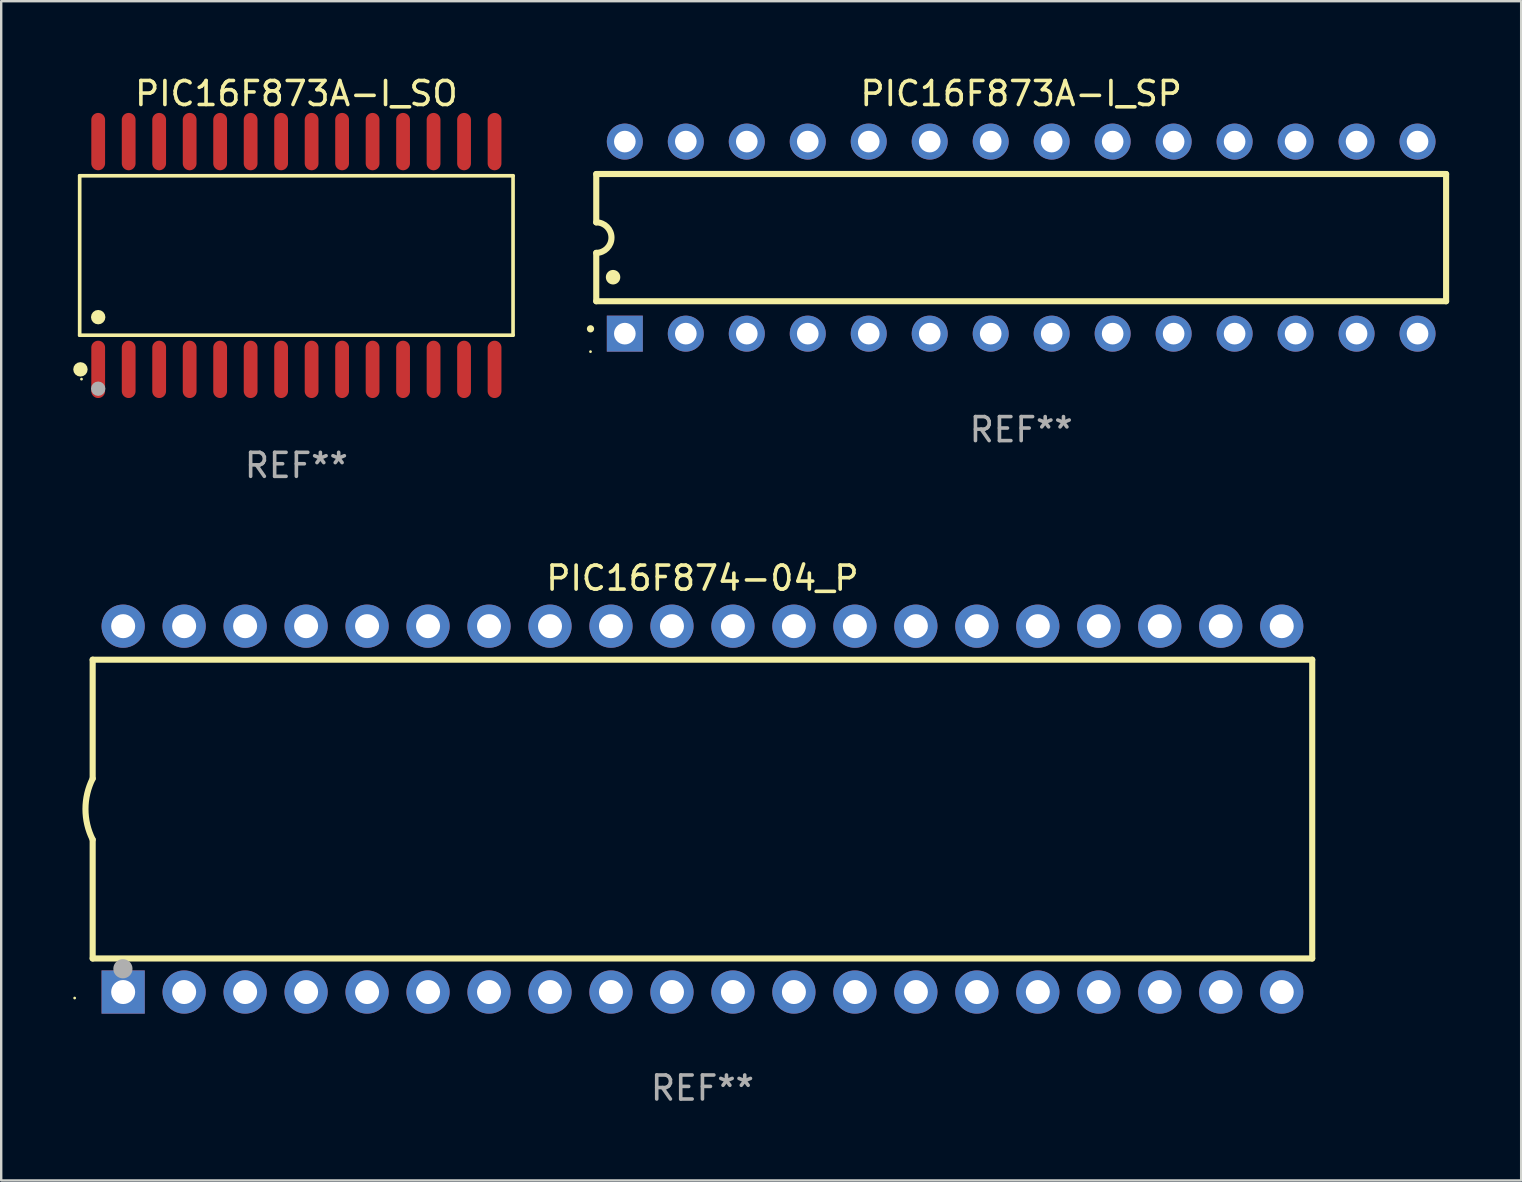
<source format=kicad_pcb>
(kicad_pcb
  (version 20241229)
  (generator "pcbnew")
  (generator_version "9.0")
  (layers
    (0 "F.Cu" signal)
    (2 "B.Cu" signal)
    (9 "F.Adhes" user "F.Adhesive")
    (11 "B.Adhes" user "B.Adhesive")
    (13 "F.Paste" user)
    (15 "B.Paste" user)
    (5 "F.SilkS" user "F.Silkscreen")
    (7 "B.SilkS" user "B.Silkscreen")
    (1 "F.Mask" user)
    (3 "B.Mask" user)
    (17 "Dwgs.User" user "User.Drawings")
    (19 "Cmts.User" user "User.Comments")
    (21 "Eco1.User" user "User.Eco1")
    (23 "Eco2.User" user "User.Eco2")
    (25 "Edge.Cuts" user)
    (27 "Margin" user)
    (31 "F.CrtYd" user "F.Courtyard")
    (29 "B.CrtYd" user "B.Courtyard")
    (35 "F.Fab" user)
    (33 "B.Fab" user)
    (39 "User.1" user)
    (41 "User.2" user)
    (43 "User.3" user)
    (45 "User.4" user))
  (footprint "PIC16F873A-I_SO"
    (layer "F.Cu")
    (at 9.295 7.592)
    (property "Reference" "PIC16F873A-I_SO" (at 0 -6.744 0) (layer "F.SilkS") (effects (font (size 1 1) (thickness 0.15))))
    (attr through_hole)
    (fp_line (start -9.026 -3.321) (end 9.026 -3.321) (stroke (width 0.152) (type solid)) (layer "F.SilkS"))
    (fp_line (start -9.026 3.321) (end -9.026 -3.321) (stroke (width 0.152) (type solid)) (layer "F.SilkS"))
    (fp_line (start 9.026 -3.321) (end 9.026 3.321) (stroke (width 0.152) (type solid)) (layer "F.SilkS"))
    (fp_line (start 9.026 3.321) (end -9.026 3.321) (stroke (width 0.152) (type solid)) (layer "F.SilkS"))
    (fp_circle (center -8.994 4.744) (end -8.844 4.744) (stroke (width 0.3) (type solid)) (fill no) (layer "F.SilkS"))
    (fp_circle (center -8.95 5.15) (end -8.92 5.15) (stroke (width 0.06) (type solid)) (fill no) (layer "F.SilkS"))
    (fp_circle (center -8.255 2.569) (end -8.105 2.569) (stroke (width 0.3) (type solid)) (fill no) (layer "F.SilkS"))
    (fp_circle (center -8.255 5.55) (end -8.105 5.55) (stroke (width 0.3) (type solid)) (fill no) (layer "F.Fab"))
    (fp_text user "REF**" (at 0 8.744 0) (layer "F.Fab") (effects (font (size 1 1) (thickness 0.15))))
    (pad "1" smd oval (at -8.255 4.744) (size 0.574 2.388) (layers "F.Cu" "F.Mask" "F.Paste"))
    (pad "2" smd oval (at -6.985 4.744) (size 0.574 2.388) (layers "F.Cu" "F.Mask" "F.Paste"))
    (pad "3" smd oval (at -5.715 4.744) (size 0.574 2.388) (layers "F.Cu" "F.Mask" "F.Paste"))
    (pad "4" smd oval (at -4.445 4.744) (size 0.574 2.388) (layers "F.Cu" "F.Mask" "F.Paste"))
    (pad "5" smd oval (at -3.175 4.744) (size 0.574 2.388) (layers "F.Cu" "F.Mask" "F.Paste"))
    (pad "6" smd oval (at -1.905 4.744) (size 0.574 2.388) (layers "F.Cu" "F.Mask" "F.Paste"))
    (pad "7" smd oval (at -0.635 4.744) (size 0.574 2.388) (layers "F.Cu" "F.Mask" "F.Paste"))
    (pad "8" smd oval (at 0.635 4.744) (size 0.574 2.388) (layers "F.Cu" "F.Mask" "F.Paste"))
    (pad "9" smd oval (at 1.905 4.744) (size 0.574 2.388) (layers "F.Cu" "F.Mask" "F.Paste"))
    (pad "10" smd oval (at 3.175 4.744) (size 0.574 2.388) (layers "F.Cu" "F.Mask" "F.Paste"))
    (pad "11" smd oval (at 4.445 4.744) (size 0.574 2.388) (layers "F.Cu" "F.Mask" "F.Paste"))
    (pad "12" smd oval (at 5.715 4.744) (size 0.574 2.388) (layers "F.Cu" "F.Mask" "F.Paste"))
    (pad "13" smd oval (at 6.985 4.744) (size 0.574 2.388) (layers "F.Cu" "F.Mask" "F.Paste"))
    (pad "14" smd oval (at 8.255 4.744) (size 0.574 2.388) (layers "F.Cu" "F.Mask" "F.Paste"))
    (pad "15" smd oval (at 8.255 -4.744) (size 0.574 2.388) (layers "F.Cu" "F.Mask" "F.Paste"))
    (pad "16" smd oval (at 6.985 -4.744) (size 0.574 2.388) (layers "F.Cu" "F.Mask" "F.Paste"))
    (pad "17" smd oval (at 5.715 -4.744) (size 0.574 2.388) (layers "F.Cu" "F.Mask" "F.Paste"))
    (pad "18" smd oval (at 4.445 -4.744) (size 0.574 2.388) (layers "F.Cu" "F.Mask" "F.Paste"))
    (pad "19" smd oval (at 3.175 -4.744) (size 0.574 2.388) (layers "F.Cu" "F.Mask" "F.Paste"))
    (pad "20" smd oval (at 1.905 -4.744) (size 0.574 2.388) (layers "F.Cu" "F.Mask" "F.Paste"))
    (pad "21" smd oval (at 0.635 -4.744) (size 0.574 2.388) (layers "F.Cu" "F.Mask" "F.Paste"))
    (pad "22" smd oval (at -0.635 -4.744) (size 0.574 2.388) (layers "F.Cu" "F.Mask" "F.Paste"))
    (pad "23" smd oval (at -1.905 -4.744) (size 0.574 2.388) (layers "F.Cu" "F.Mask" "F.Paste"))
    (pad "24" smd oval (at -3.175 -4.744) (size 0.574 2.388) (layers "F.Cu" "F.Mask" "F.Paste"))
    (pad "25" smd oval (at -4.445 -4.744) (size 0.574 2.388) (layers "F.Cu" "F.Mask" "F.Paste"))
    (pad "26" smd oval (at -5.715 -4.744) (size 0.574 2.388) (layers "F.Cu" "F.Mask" "F.Paste"))
    (pad "27" smd oval (at -6.985 -4.744) (size 0.574 2.388) (layers "F.Cu" "F.Mask" "F.Paste"))
    (pad "28" smd oval (at -8.255 -4.744) (size 0.574 2.388) (layers "F.Cu" "F.Mask" "F.Paste")))
  (footprint "PIC16F874-04_P"
    (layer "F.Cu")
    (at 26.21 30.653)
    (property "Reference" "PIC16F874-04_P" (at 0 -9.62 0) (layer "F.SilkS") (effects (font (size 1 1) (thickness 0.15))))
    (attr through_hole)
    (fp_line (start -25.4 -6.224) (end -25.4 -1.271) (stroke (width 0.254) (type solid)) (layer "F.SilkS"))
    (fp_line (start -25.4 -6.224) (end 25.4 -6.224) (stroke (width 0.254) (type solid)) (layer "F.SilkS"))
    (fp_line (start -25.4 1.269) (end -25.4 6.222) (stroke (width 0.254) (type solid)) (layer "F.SilkS"))
    (fp_line (start -25.4 6.222) (end 25.4 6.222) (stroke (width 0.254) (type solid)) (layer "F.SilkS"))
    (fp_line (start 25.4 6.222) (end 25.4 -6.224) (stroke (width 0.254) (type solid)) (layer "F.SilkS"))
    (fp_arc (start -25.4 1.269241) (mid -25.699807 -0.000762) (end -25.4 -1.270765) (stroke (width 0.254001) (type solid)) (layer "F.SilkS"))
    (fp_circle (center -26.15 7.87) (end -26.12 7.87) (stroke (width 0.06) (type solid)) (fill no) (layer "F.SilkS"))
    (fp_circle (center -24.14 6.65) (end -23.94 6.65) (stroke (width 0.4) (type solid)) (fill no) (layer "F.Fab"))
    (fp_text user "REF**" (at 0 11.62 0) (layer "F.Fab") (effects (font (size 1 1) (thickness 0.15))))
    (pad "1" thru_hole rect (at -24.13 7.62 90) (size 1.8 1.8) (drill 1) (layers "*.Cu" "*.Mask"))
    (pad "2" thru_hole circle (at -21.59 7.62) (size 1.8 1.8) (drill 1) (layers "*.Cu" "*.Mask"))
    (pad "3" thru_hole circle (at -19.05 7.62) (size 1.8 1.8) (drill 1) (layers "*.Cu" "*.Mask"))
    (pad "4" thru_hole circle (at -16.51 7.62) (size 1.8 1.8) (drill 1) (layers "*.Cu" "*.Mask"))
    (pad "5" thru_hole circle (at -13.97 7.62) (size 1.8 1.8) (drill 1) (layers "*.Cu" "*.Mask"))
    (pad "6" thru_hole circle (at -11.43 7.62) (size 1.8 1.8) (drill 1) (layers "*.Cu" "*.Mask"))
    (pad "7" thru_hole circle (at -8.89 7.62) (size 1.8 1.8) (drill 1) (layers "*.Cu" "*.Mask"))
    (pad "8" thru_hole circle (at -6.35 7.62) (size 1.8 1.8) (drill 1) (layers "*.Cu" "*.Mask"))
    (pad "9" thru_hole circle (at -3.81 7.62) (size 1.8 1.8) (drill 1) (layers "*.Cu" "*.Mask"))
    (pad "10" thru_hole circle (at -1.27 7.62) (size 1.8 1.8) (drill 1) (layers "*.Cu" "*.Mask"))
    (pad "11" thru_hole circle (at 1.27 7.62) (size 1.8 1.8) (drill 1) (layers "*.Cu" "*.Mask"))
    (pad "12" thru_hole circle (at 3.81 7.62) (size 1.8 1.8) (drill 1) (layers "*.Cu" "*.Mask"))
    (pad "13" thru_hole circle (at 6.35 7.62) (size 1.8 1.8) (drill 1) (layers "*.Cu" "*.Mask"))
    (pad "14" thru_hole circle (at 8.89 7.62) (size 1.8 1.8) (drill 1) (layers "*.Cu" "*.Mask"))
    (pad "15" thru_hole circle (at 11.43 7.62) (size 1.8 1.8) (drill 1) (layers "*.Cu" "*.Mask"))
    (pad "16" thru_hole circle (at 13.97 7.62) (size 1.8 1.8) (drill 1) (layers "*.Cu" "*.Mask"))
    (pad "17" thru_hole circle (at 16.51 7.62) (size 1.8 1.8) (drill 1) (layers "*.Cu" "*.Mask"))
    (pad "18" thru_hole circle (at 19.05 7.62) (size 1.8 1.8) (drill 1) (layers "*.Cu" "*.Mask"))
    (pad "19" thru_hole circle (at 21.59 7.62) (size 1.8 1.8) (drill 1) (layers "*.Cu" "*.Mask"))
    (pad "20" thru_hole circle (at 24.13 7.62) (size 1.8 1.8) (drill 1) (layers "*.Cu" "*.Mask"))
    (pad "21" thru_hole circle (at 24.13 -7.62) (size 1.8 1.8) (drill 1) (layers "*.Cu" "*.Mask"))
    (pad "22" thru_hole circle (at 21.59 -7.62) (size 1.8 1.8) (drill 1) (layers "*.Cu" "*.Mask"))
    (pad "23" thru_hole circle (at 19.05 -7.62) (size 1.8 1.8) (drill 1) (layers "*.Cu" "*.Mask"))
    (pad "24" thru_hole circle (at 16.51 -7.62) (size 1.8 1.8) (drill 1) (layers "*.Cu" "*.Mask"))
    (pad "25" thru_hole circle (at 13.97 -7.62) (size 1.8 1.8) (drill 1) (layers "*.Cu" "*.Mask"))
    (pad "26" thru_hole circle (at 11.43 -7.62) (size 1.8 1.8) (drill 1) (layers "*.Cu" "*.Mask"))
    (pad "27" thru_hole circle (at 8.89 -7.62) (size 1.8 1.8) (drill 1) (layers "*.Cu" "*.Mask"))
    (pad "28" thru_hole circle (at 6.35 -7.62) (size 1.8 1.8) (drill 1) (layers "*.Cu" "*.Mask"))
    (pad "29" thru_hole circle (at 3.81 -7.62) (size 1.8 1.8) (drill 1) (layers "*.Cu" "*.Mask"))
    (pad "30" thru_hole circle (at 1.27 -7.62) (size 1.8 1.8) (drill 1) (layers "*.Cu" "*.Mask"))
    (pad "31" thru_hole circle (at -1.27 -7.62) (size 1.8 1.8) (drill 1) (layers "*.Cu" "*.Mask"))
    (pad "32" thru_hole circle (at -3.81 -7.62) (size 1.8 1.8) (drill 1) (layers "*.Cu" "*.Mask"))
    (pad "33" thru_hole circle (at -6.35 -7.62) (size 1.8 1.8) (drill 1) (layers "*.Cu" "*.Mask"))
    (pad "34" thru_hole circle (at -8.89 -7.62) (size 1.8 1.8) (drill 1) (layers "*.Cu" "*.Mask"))
    (pad "35" thru_hole circle (at -11.43 -7.62) (size 1.8 1.8) (drill 1) (layers "*.Cu" "*.Mask"))
    (pad "36" thru_hole circle (at -13.97 -7.62) (size 1.8 1.8) (drill 1) (layers "*.Cu" "*.Mask"))
    (pad "37" thru_hole circle (at -16.51 -7.62) (size 1.8 1.8) (drill 1) (layers "*.Cu" "*.Mask"))
    (pad "38" thru_hole circle (at -19.05 -7.62) (size 1.8 1.8) (drill 1) (layers "*.Cu" "*.Mask"))
    (pad "39" thru_hole circle (at -21.59 -7.62) (size 1.8 1.8) (drill 1) (layers "*.Cu" "*.Mask"))
    (pad "40" thru_hole circle (at -24.13 -7.62) (size 1.8 1.8) (drill 1) (layers "*.Cu" "*.Mask")))
  (footprint "PIC16F873A-I_SP"
    (layer "F.Cu")
    (at 39.487 6.848)
    (property "Reference" "PIC16F873A-I_SP" (at 0 -6 0) (layer "F.SilkS") (effects (font (size 1 1) (thickness 0.15))))
    (attr through_hole)
    (fp_line (start -17.7 -2.65) (end 17.7 -2.65) (stroke (width 0.254) (type solid)) (layer "F.SilkS"))
    (fp_line (start -17.7 -0.635) (end -17.7 -2.65) (stroke (width 0.254) (type solid)) (layer "F.SilkS"))
    (fp_line (start -17.7 2.65) (end -17.7 0.635) (stroke (width 0.254) (type solid)) (layer "F.SilkS"))
    (fp_line (start 17.7 -2.65) (end 17.7 2.65) (stroke (width 0.254) (type solid)) (layer "F.SilkS"))
    (fp_line (start 17.7 2.65) (end -17.7 2.65) (stroke (width 0.254) (type solid)) (layer "F.SilkS"))
    (fp_arc (start -17.940056 3.799848) (mid -17.940061 3.798578) (end -17.940056 3.797308) (stroke (width 0.3) (type solid)) (layer "F.SilkS"))
    (fp_arc (start -17.701295 -0.635001) (mid -17.066294 0) (end -17.701295 0.635001) (stroke (width 0.254001) (type solid)) (layer "F.SilkS"))
    (fp_arc (start -17.000254 1.651003) (mid -17.000265 1.648463) (end -17.000254 1.645923) (stroke (width 0.6) (type solid)) (layer "F.SilkS"))
    (fp_circle (center -17.94 4.75) (end -17.91 4.75) (stroke (width 0.06) (type solid)) (fill no) (layer "F.SilkS"))
    (fp_text user "REF**" (at 0 8 0) (layer "F.Fab") (effects (font (size 1 1) (thickness 0.15))))
    (pad "1" thru_hole rect (at -16.51 4 90) (size 1.5 1.5) (drill 0.9) (layers "*.Cu" "*.Mask"))
    (pad "2" thru_hole circle (at -13.97 4) (size 1.5 1.5) (drill 0.9) (layers "*.Cu" "*.Mask"))
    (pad "3" thru_hole circle (at -11.43 4) (size 1.5 1.5) (drill 0.9) (layers "*.Cu" "*.Mask"))
    (pad "4" thru_hole circle (at -8.89 4) (size 1.5 1.5) (drill 0.9) (layers "*.Cu" "*.Mask"))
    (pad "5" thru_hole circle (at -6.35 4) (size 1.5 1.5) (drill 0.9) (layers "*.Cu" "*.Mask"))
    (pad "6" thru_hole circle (at -3.81 4) (size 1.5 1.5) (drill 0.9) (layers "*.Cu" "*.Mask"))
    (pad "7" thru_hole circle (at -1.27 4) (size 1.5 1.5) (drill 0.9) (layers "*.Cu" "*.Mask"))
    (pad "8" thru_hole circle (at 1.27 4) (size 1.5 1.5) (drill 0.9) (layers "*.Cu" "*.Mask"))
    (pad "9" thru_hole circle (at 3.81 4) (size 1.5 1.5) (drill 0.9) (layers "*.Cu" "*.Mask"))
    (pad "10" thru_hole circle (at 6.35 4) (size 1.5 1.5) (drill 0.9) (layers "*.Cu" "*.Mask"))
    (pad "11" thru_hole circle (at 8.89 4) (size 1.5 1.5) (drill 0.9) (layers "*.Cu" "*.Mask"))
    (pad "12" thru_hole circle (at 11.43 4) (size 1.5 1.5) (drill 0.9) (layers "*.Cu" "*.Mask"))
    (pad "13" thru_hole circle (at 13.97 4) (size 1.5 1.5) (drill 0.9) (layers "*.Cu" "*.Mask"))
    (pad "14" thru_hole circle (at 16.51 4) (size 1.5 1.5) (drill 0.9) (layers "*.Cu" "*.Mask"))
    (pad "15" thru_hole circle (at 16.51 -4) (size 1.5 1.5) (drill 0.9) (layers "*.Cu" "*.Mask"))
    (pad "16" thru_hole circle (at 13.97 -4) (size 1.5 1.5) (drill 0.9) (layers "*.Cu" "*.Mask"))
    (pad "17" thru_hole circle (at 11.43 -4) (size 1.5 1.5) (drill 0.9) (layers "*.Cu" "*.Mask"))
    (pad "18" thru_hole circle (at 8.89 -4) (size 1.5 1.5) (drill 0.9) (layers "*.Cu" "*.Mask"))
    (pad "19" thru_hole circle (at 6.35 -4) (size 1.5 1.5) (drill 0.9) (layers "*.Cu" "*.Mask"))
    (pad "20" thru_hole circle (at 3.81 -4) (size 1.5 1.5) (drill 0.9) (layers "*.Cu" "*.Mask"))
    (pad "21" thru_hole circle (at 1.27 -4) (size 1.5 1.5) (drill 0.9) (layers "*.Cu" "*.Mask"))
    (pad "22" thru_hole circle (at -1.27 -4) (size 1.5 1.5) (drill 0.9) (layers "*.Cu" "*.Mask"))
    (pad "23" thru_hole circle (at -3.81 -4) (size 1.5 1.5) (drill 0.9) (layers "*.Cu" "*.Mask"))
    (pad "24" thru_hole circle (at -6.35 -4) (size 1.5 1.5) (drill 0.9) (layers "*.Cu" "*.Mask"))
    (pad "25" thru_hole circle (at -8.89 -4) (size 1.5 1.5) (drill 0.9) (layers "*.Cu" "*.Mask"))
    (pad "26" thru_hole circle (at -11.43 -4) (size 1.5 1.5) (drill 0.9) (layers "*.Cu" "*.Mask"))
    (pad "27" thru_hole circle (at -13.97 -4) (size 1.5 1.5) (drill 0.9) (layers "*.Cu" "*.Mask"))
    (pad "28" thru_hole circle (at -16.51 -4) (size 1.5 1.5) (drill 0.9) (layers "*.Cu" "*.Mask")))
  (gr_rect
    (start -3 -3)
    (end 60.314 46.121)
    (stroke (width 0.1) (type default))
    (fill no)
    (layer "Edge.Cuts")))
</source>
